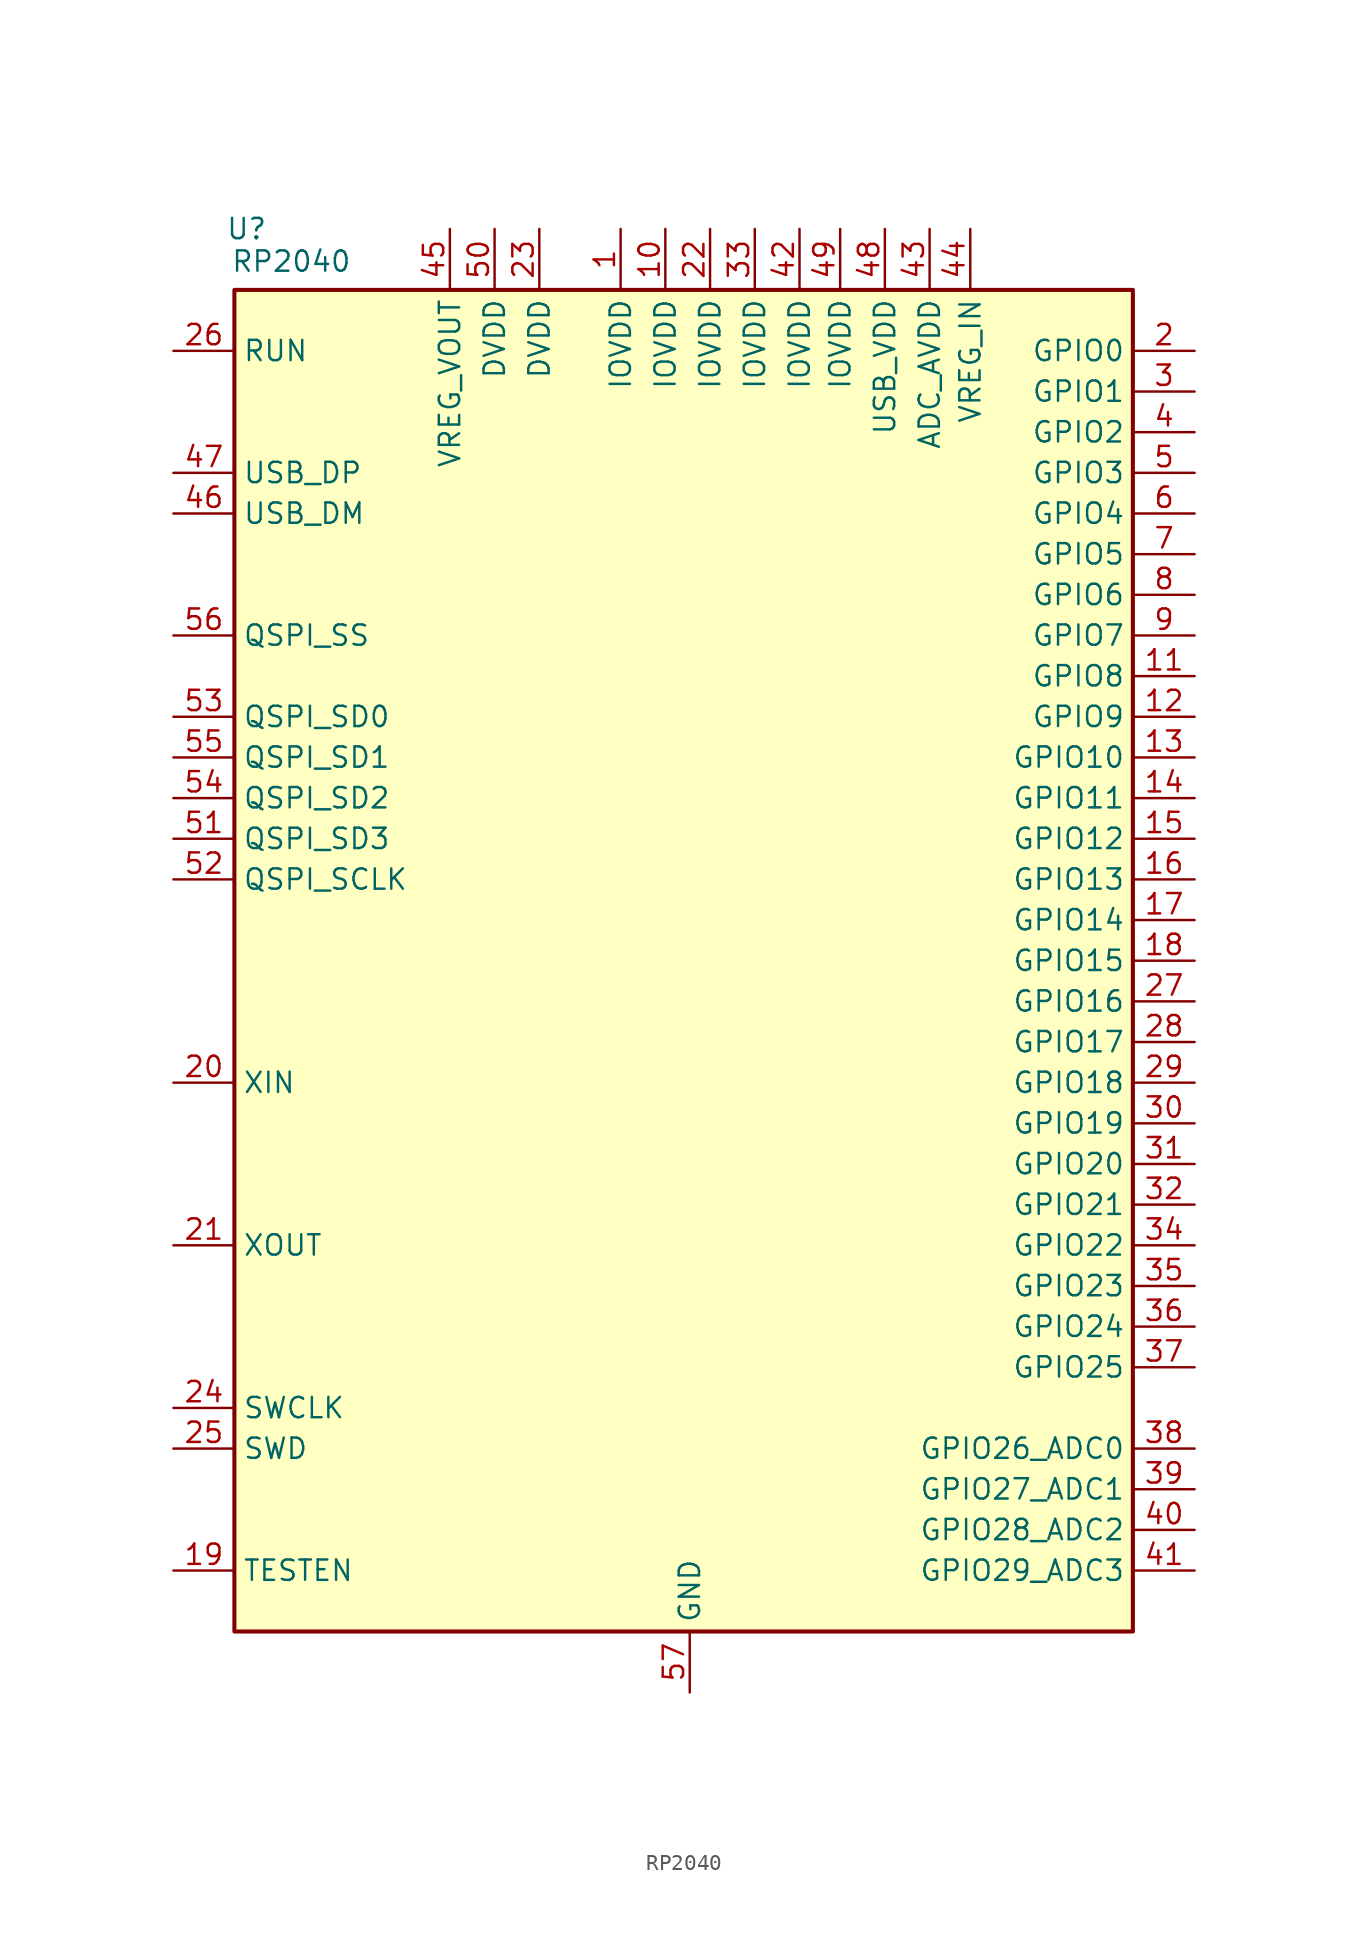
<source format=kicad_sym>
(kicad_symbol_lib
  (version 20231120)
  (generator "kicad_symbol_editor")
  (generator_version "8.0")
  (symbol "RP2040"
    (property "Reference" "U"
      (at -20.828 45.72 0)
      (effects (font (size 1.27 1.27))))
    (property "Value" "RP2040"
      (at -18.034 43.688 0)
      (effects (font (size 1.27 1.27))))
    (symbol "RP2040_1_1"
      (rectangle (start -21.59 41.91) (end 34.544 -41.91) (stroke (width 0.254) (type default)) (fill (type background)))
      (pin power_in line (at 2.54 45.72 270) (length 3.81) (name "IOVDD" (effects (font (size 1.27 1.27)))) (number "1" (effects (font (size 1.27 1.27)))))
      (pin power_in line (at 5.334 45.72 270) (length 3.81) (name "IOVDD" (effects (font (size 1.27 1.27)))) (number "10" (effects (font (size 1.27 1.27)))))
      (pin bidirectional line (at 38.4 17.78 180) (length 3.81) (name "GPIO8" (effects (font (size 1.27 1.27)))) (number "11" (effects (font (size 1.27 1.27)))))
      (pin bidirectional line (at 38.4 15.24 180) (length 3.81) (name "GPIO9" (effects (font (size 1.27 1.27)))) (number "12" (effects (font (size 1.27 1.27)))))
      (pin bidirectional line (at 38.4 12.7 180) (length 3.81) (name "GPIO10" (effects (font (size 1.27 1.27)))) (number "13" (effects (font (size 1.27 1.27)))))
      (pin bidirectional line (at 38.4 10.16 180) (length 3.81) (name "GPIO11" (effects (font (size 1.27 1.27)))) (number "14" (effects (font (size 1.27 1.27)))))
      (pin bidirectional line (at 38.4 7.62 180) (length 3.81) (name "GPIO12" (effects (font (size 1.27 1.27)))) (number "15" (effects (font (size 1.27 1.27)))))
      (pin bidirectional line (at 38.4 5.08 180) (length 3.81) (name "GPIO13" (effects (font (size 1.27 1.27)))) (number "16" (effects (font (size 1.27 1.27)))))
      (pin bidirectional line (at 38.4 2.54 180) (length 3.81) (name "GPIO14" (effects (font (size 1.27 1.27)))) (number "17" (effects (font (size 1.27 1.27)))))
      (pin bidirectional line (at 38.4 0 180) (length 3.81) (name "GPIO15" (effects (font (size 1.27 1.27)))) (number "18" (effects (font (size 1.27 1.27)))))
      (pin input line (at -25.4 -38.1 0) (length 3.81) (name "TESTEN" (effects (font (size 1.27 1.27)))) (number "19" (effects (font (size 1.27 1.27)))))
      (pin bidirectional line (at 38.4 38.1 180) (length 3.81) (name "GPIO0" (effects (font (size 1.27 1.27)))) (number "2" (effects (font (size 1.27 1.27)))))
      (pin input line (at -25.4 -7.62 0) (length 3.81) (name "XIN" (effects (font (size 1.27 1.27)))) (number "20" (effects (font (size 1.27 1.27)))))
      (pin passive line (at -25.4 -17.78 0) (length 3.81) (name "XOUT" (effects (font (size 1.27 1.27)))) (number "21" (effects (font (size 1.27 1.27)))))
      (pin power_in line (at 8.128 45.72 270) (length 3.81) (name "IOVDD" (effects (font (size 1.27 1.27)))) (number "22" (effects (font (size 1.27 1.27)))))
      (pin power_in line (at -2.54 45.72 270) (length 3.81) (name "DVDD" (effects (font (size 1.27 1.27)))) (number "23" (effects (font (size 1.27 1.27)))))
      (pin input line (at -25.4 -27.94 0) (length 3.81) (name "SWCLK" (effects (font (size 1.27 1.27)))) (number "24" (effects (font (size 1.27 1.27)))))
      (pin bidirectional line (at -25.4 -30.48 0) (length 3.81) (name "SWD" (effects (font (size 1.27 1.27)))) (number "25" (effects (font (size 1.27 1.27)))))
      (pin input line (at -25.4 38.1 0) (length 3.81) (name "RUN" (effects (font (size 1.27 1.27)))) (number "26" (effects (font (size 1.27 1.27)))))
      (pin bidirectional line (at 38.4 -2.54 180) (length 3.81) (name "GPIO16" (effects (font (size 1.27 1.27)))) (number "27" (effects (font (size 1.27 1.27)))))
      (pin bidirectional line (at 38.4 -5.08 180) (length 3.81) (name "GPIO17" (effects (font (size 1.27 1.27)))) (number "28" (effects (font (size 1.27 1.27)))))
      (pin bidirectional line (at 38.4 -7.62 180) (length 3.81) (name "GPIO18" (effects (font (size 1.27 1.27)))) (number "29" (effects (font (size 1.27 1.27)))))
      (pin bidirectional line (at 38.4 35.56 180) (length 3.81) (name "GPIO1" (effects (font (size 1.27 1.27)))) (number "3" (effects (font (size 1.27 1.27)))))
      (pin bidirectional line (at 38.4 -10.16 180) (length 3.81) (name "GPIO19" (effects (font (size 1.27 1.27)))) (number "30" (effects (font (size 1.27 1.27)))))
      (pin bidirectional line (at 38.4 -12.7 180) (length 3.81) (name "GPIO20" (effects (font (size 1.27 1.27)))) (number "31" (effects (font (size 1.27 1.27)))))
      (pin bidirectional line (at 38.4 -15.24 180) (length 3.81) (name "GPIO21" (effects (font (size 1.27 1.27)))) (number "32" (effects (font (size 1.27 1.27)))))
      (pin power_in line (at 10.922 45.72 270) (length 3.81) (name "IOVDD" (effects (font (size 1.27 1.27)))) (number "33" (effects (font (size 1.27 1.27)))))
      (pin bidirectional line (at 38.4 -17.78 180) (length 3.81) (name "GPIO22" (effects (font (size 1.27 1.27)))) (number "34" (effects (font (size 1.27 1.27)))))
      (pin bidirectional line (at 38.4 -20.32 180) (length 3.81) (name "GPIO23" (effects (font (size 1.27 1.27)))) (number "35" (effects (font (size 1.27 1.27)))))
      (pin bidirectional line (at 38.4 -22.86 180) (length 3.81) (name "GPIO24" (effects (font (size 1.27 1.27)))) (number "36" (effects (font (size 1.27 1.27)))))
      (pin bidirectional line (at 38.4 -25.4 180) (length 3.81) (name "GPIO25" (effects (font (size 1.27 1.27)))) (number "37" (effects (font (size 1.27 1.27)))))
      (pin bidirectional line (at 38.4 -30.48 180) (length 3.81) (name "GPIO26_ADC0" (effects (font (size 1.27 1.27)))) (number "38" (effects (font (size 1.27 1.27)))))
      (pin bidirectional line (at 38.4 -33.02 180) (length 3.81) (name "GPIO27_ADC1" (effects (font (size 1.27 1.27)))) (number "39" (effects (font (size 1.27 1.27)))))
      (pin bidirectional line (at 38.4 33.02 180) (length 3.81) (name "GPIO2" (effects (font (size 1.27 1.27)))) (number "4" (effects (font (size 1.27 1.27)))))
      (pin bidirectional line (at 38.4 -35.56 180) (length 3.81) (name "GPIO28_ADC2" (effects (font (size 1.27 1.27)))) (number "40" (effects (font (size 1.27 1.27)))))
      (pin bidirectional line (at 38.4 -38.1 180) (length 3.81) (name "GPIO29_ADC3" (effects (font (size 1.27 1.27)))) (number "41" (effects (font (size 1.27 1.27)))))
      (pin power_in line (at 13.716 45.72 270) (length 3.81) (name "IOVDD" (effects (font (size 1.27 1.27)))) (number "42" (effects (font (size 1.27 1.27)))))
      (pin power_in line (at 21.844 45.72 270) (length 3.81) (name "ADC_AVDD" (effects (font (size 1.27 1.27)))) (number "43" (effects (font (size 1.27 1.27)))))
      (pin power_in line (at 24.384 45.72 270) (length 3.81) (name "VREG_IN" (effects (font (size 1.27 1.27)))) (number "44" (effects (font (size 1.27 1.27)))))
      (pin power_out line (at -8.128 45.72 270) (length 3.81) (name "VREG_VOUT" (effects (font (size 1.27 1.27)))) (number "45" (effects (font (size 1.27 1.27)))))
      (pin bidirectional line (at -25.4 27.94 0) (length 3.81) (name "USB_DM" (effects (font (size 1.27 1.27)))) (number "46" (effects (font (size 1.27 1.27)))))
      (pin bidirectional line (at -25.4 30.48 0) (length 3.81) (name "USB_DP" (effects (font (size 1.27 1.27)))) (number "47" (effects (font (size 1.27 1.27)))))
      (pin power_in line (at 19.05 45.72 270) (length 3.81) (name "USB_VDD" (effects (font (size 1.27 1.27)))) (number "48" (effects (font (size 1.27 1.27)))))
      (pin power_in line (at 16.256 45.72 270) (length 3.81) (name "IOVDD" (effects (font (size 1.27 1.27)))) (number "49" (effects (font (size 1.27 1.27)))))
      (pin bidirectional line (at 38.4 30.48 180) (length 3.81) (name "GPIO3" (effects (font (size 1.27 1.27)))) (number "5" (effects (font (size 1.27 1.27)))))
      (pin power_in line (at -5.334 45.72 270) (length 3.81) (name "DVDD" (effects (font (size 1.27 1.27)))) (number "50" (effects (font (size 1.27 1.27)))))
      (pin bidirectional line (at -25.4 7.62 0) (length 3.81) (name "QSPI_SD3" (effects (font (size 1.27 1.27)))) (number "51" (effects (font (size 1.27 1.27)))))
      (pin output line (at -25.4 5.08 0) (length 3.81) (name "QSPI_SCLK" (effects (font (size 1.27 1.27)))) (number "52" (effects (font (size 1.27 1.27)))))
      (pin bidirectional line (at -25.4 15.24 0) (length 3.81) (name "QSPI_SD0" (effects (font (size 1.27 1.27)))) (number "53" (effects (font (size 1.27 1.27)))))
      (pin bidirectional line (at -25.4 10.16 0) (length 3.81) (name "QSPI_SD2" (effects (font (size 1.27 1.27)))) (number "54" (effects (font (size 1.27 1.27)))))
      (pin bidirectional line (at -25.4 12.7 0) (length 3.81) (name "QSPI_SD1" (effects (font (size 1.27 1.27)))) (number "55" (effects (font (size 1.27 1.27)))))
      (pin bidirectional line (at -25.4 20.32 0) (length 3.81) (name "QSPI_SS" (effects (font (size 1.27 1.27)))) (number "56" (effects (font (size 1.27 1.27)))))
      (pin power_in line (at 6.858 -45.72 90) (length 3.81) (name "GND" (effects (font (size 1.27 1.27)))) (number "57" (effects (font (size 1.27 1.27)))))
      (pin bidirectional line (at 38.4 27.94 180) (length 3.81) (name "GPIO4" (effects (font (size 1.27 1.27)))) (number "6" (effects (font (size 1.27 1.27)))))
      (pin bidirectional line (at 38.4 25.4 180) (length 3.81) (name "GPIO5" (effects (font (size 1.27 1.27)))) (number "7" (effects (font (size 1.27 1.27)))))
      (pin bidirectional line (at 38.4 22.86 180) (length 3.81) (name "GPIO6" (effects (font (size 1.27 1.27)))) (number "8" (effects (font (size 1.27 1.27)))))
      (pin bidirectional line (at 38.4 20.32 180) (length 3.81) (name "GPIO7" (effects (font (size 1.27 1.27)))) (number "9" (effects (font (size 1.27 1.27))))))))
</source>
